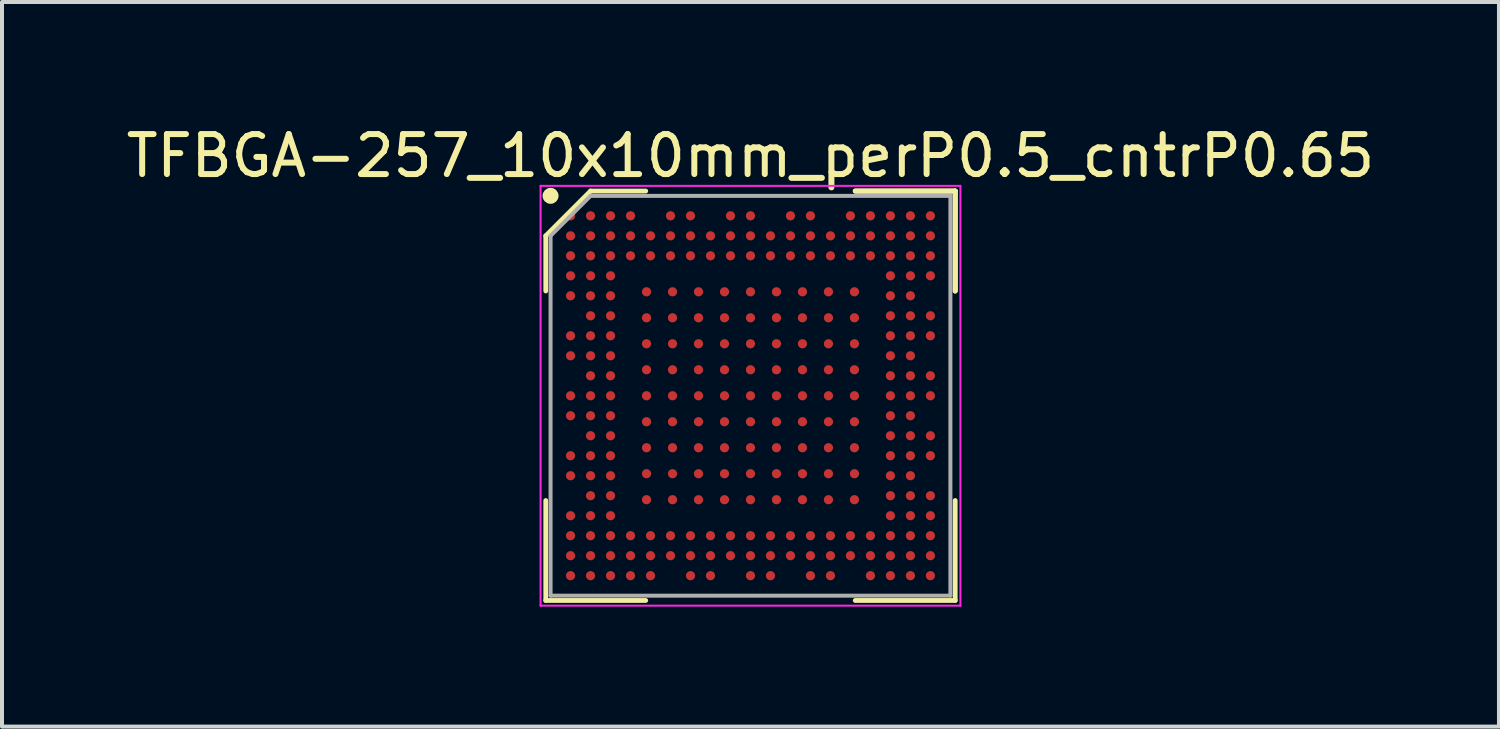
<source format=kicad_pcb>
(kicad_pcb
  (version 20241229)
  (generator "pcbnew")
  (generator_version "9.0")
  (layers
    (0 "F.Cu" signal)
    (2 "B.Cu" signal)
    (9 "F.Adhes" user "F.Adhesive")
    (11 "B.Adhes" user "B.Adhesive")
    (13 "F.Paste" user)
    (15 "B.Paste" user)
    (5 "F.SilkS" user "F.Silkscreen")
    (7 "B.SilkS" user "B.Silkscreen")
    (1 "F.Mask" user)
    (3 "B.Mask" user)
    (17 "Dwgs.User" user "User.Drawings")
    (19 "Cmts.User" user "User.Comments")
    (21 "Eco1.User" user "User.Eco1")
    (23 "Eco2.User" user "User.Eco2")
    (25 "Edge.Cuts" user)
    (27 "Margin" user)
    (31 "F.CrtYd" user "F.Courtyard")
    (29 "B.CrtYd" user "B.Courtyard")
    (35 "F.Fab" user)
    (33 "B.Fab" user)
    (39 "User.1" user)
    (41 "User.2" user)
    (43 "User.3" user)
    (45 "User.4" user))
  (footprint "TFBGA-257_10x10mm_perP0.5_cntrP0.65"
    (layer "F.Cu")
    (at 15.72 6.848)
    (property "Reference" "TFBGA-257_10x10mm_perP0.5_cntrP0.65" (at 0 -6 0) (layer "F.SilkS") (effects (font (size 1 1) (thickness 0.15))))
    (attr smd)
    (fp_line (start -5.12 -4) (end -5.12 -2.62) (stroke (width 0.12) (type solid)) (layer "F.SilkS"))
    (fp_line (start -5.12 5.12) (end -5.12 2.62) (stroke (width 0.12) (type solid)) (layer "F.SilkS"))
    (fp_line (start -4 -5.12) (end -5.12 -4) (stroke (width 0.12) (type solid)) (layer "F.SilkS"))
    (fp_line (start -2.62 -5.12) (end -4 -5.12) (stroke (width 0.12) (type solid)) (layer "F.SilkS"))
    (fp_line (start -2.62 5.12) (end -5.12 5.12) (stroke (width 0.12) (type solid)) (layer "F.SilkS"))
    (fp_line (start 2.62 -5.12) (end 5.12 -5.12) (stroke (width 0.12) (type solid)) (layer "F.SilkS"))
    (fp_line (start 2.62 -5.12) (end 5.12 -5.12) (stroke (width 0.12) (type solid)) (layer "F.SilkS"))
    (fp_line (start 2.62 -5.12) (end 5.12 -5.12) (stroke (width 0.12) (type solid)) (layer "F.SilkS"))
    (fp_line (start 2.62 5.12) (end 5.12 5.12) (stroke (width 0.12) (type solid)) (layer "F.SilkS"))
    (fp_line (start 5.12 -5.12) (end 5.12 -2.62) (stroke (width 0.12) (type solid)) (layer "F.SilkS"))
    (fp_line (start 5.12 -5.12) (end 5.12 -2.62) (stroke (width 0.12) (type solid)) (layer "F.SilkS"))
    (fp_line (start 5.12 -5.12) (end 5.12 -2.62) (stroke (width 0.12) (type solid)) (layer "F.SilkS"))
    (fp_line (start 5.12 5.12) (end 5.12 2.62) (stroke (width 0.12) (type solid)) (layer "F.SilkS"))
    (fp_circle (center -5 -5) (end -5 -4.9) (stroke (width 0.2) (type solid)) (fill no) (layer "F.SilkS"))
    (fp_line (start -5.25 -5.25) (end 5.25 -5.25) (stroke (width 0.05) (type solid)) (layer "F.CrtYd"))
    (fp_line (start -5.25 5.25) (end -5.25 -5.25) (stroke (width 0.05) (type solid)) (layer "F.CrtYd"))
    (fp_line (start 5.25 -5.25) (end 5.25 5.25) (stroke (width 0.05) (type solid)) (layer "F.CrtYd"))
    (fp_line (start 5.25 5.25) (end -5.25 5.25) (stroke (width 0.05) (type solid)) (layer "F.CrtYd"))
    (fp_line (start -5 -4) (end -5 5) (stroke (width 0.1) (type solid)) (layer "F.Fab"))
    (fp_line (start -5 5) (end 5 5) (stroke (width 0.1) (type solid)) (layer "F.Fab"))
    (fp_line (start -4 -5) (end -5 -4) (stroke (width 0.1) (type solid)) (layer "F.Fab"))
    (fp_line (start 5 -5) (end -4 -5) (stroke (width 0.1) (type solid)) (layer "F.Fab"))
    (fp_line (start 5 5) (end 5 -5) (stroke (width 0.1) (type solid)) (layer "F.Fab"))
    (pad "1A1" smd circle (at -2.6 -2.6) (size 0.23 0.23) (layers "F.Cu" "F.Mask" "F.Paste"))
    (pad "1A2" smd circle (at -1.95 -2.6) (size 0.23 0.23) (layers "F.Cu" "F.Mask" "F.Paste"))
    (pad "1A3" smd circle (at -1.3 -2.6) (size 0.23 0.23) (layers "F.Cu" "F.Mask" "F.Paste"))
    (pad "1A4" smd circle (at -0.65 -2.6) (size 0.23 0.23) (layers "F.Cu" "F.Mask" "F.Paste"))
    (pad "1A5" smd circle (at 0 -2.6) (size 0.23 0.23) (layers "F.Cu" "F.Mask" "F.Paste"))
    (pad "1A6" smd circle (at 0.65 -2.6) (size 0.23 0.23) (layers "F.Cu" "F.Mask" "F.Paste"))
    (pad "1A7" smd circle (at 1.3 -2.6) (size 0.23 0.23) (layers "F.Cu" "F.Mask" "F.Paste"))
    (pad "1A8" smd circle (at 1.95 -2.6) (size 0.23 0.23) (layers "F.Cu" "F.Mask" "F.Paste"))
    (pad "1A9" smd circle (at 2.6 -2.6) (size 0.23 0.23) (layers "F.Cu" "F.Mask" "F.Paste"))
    (pad "1B1" smd circle (at -2.6 -1.95) (size 0.23 0.23) (layers "F.Cu" "F.Mask" "F.Paste"))
    (pad "1B2" smd circle (at -1.95 -1.95) (size 0.23 0.23) (layers "F.Cu" "F.Mask" "F.Paste"))
    (pad "1B4" smd circle (at -0.65 -1.95) (size 0.23 0.23) (layers "F.Cu" "F.Mask" "F.Paste"))
    (pad "1B5" smd circle (at 0 -1.95) (size 0.23 0.23) (layers "F.Cu" "F.Mask" "F.Paste"))
    (pad "1B6" smd circle (at 0.65 -1.95) (size 0.23 0.23) (layers "F.Cu" "F.Mask" "F.Paste"))
    (pad "1B7" smd circle (at 1.3 -1.95) (size 0.23 0.23) (layers "F.Cu" "F.Mask" "F.Paste"))
    (pad "1B8" smd circle (at 1.95 -1.95) (size 0.23 0.23) (layers "F.Cu" "F.Mask" "F.Paste"))
    (pad "1B9" smd circle (at 2.6 -1.95) (size 0.23 0.23) (layers "F.Cu" "F.Mask" "F.Paste"))
    (pad "1C1" smd circle (at -2.6 -1.3) (size 0.23 0.23) (layers "F.Cu" "F.Mask" "F.Paste"))
    (pad "1C2" smd circle (at -1.95 -1.3) (size 0.23 0.23) (layers "F.Cu" "F.Mask" "F.Paste"))
    (pad "1C3" smd circle (at -1.3 -1.3) (size 0.23 0.23) (layers "F.Cu" "F.Mask" "F.Paste"))
    (pad "1C4" smd circle (at -0.65 -1.3) (size 0.23 0.23) (layers "F.Cu" "F.Mask" "F.Paste"))
    (pad "1C5" smd circle (at 0 -1.3) (size 0.23 0.23) (layers "F.Cu" "F.Mask" "F.Paste"))
    (pad "1C6" smd circle (at 0.65 -1.3) (size 0.23 0.23) (layers "F.Cu" "F.Mask" "F.Paste"))
    (pad "1C7" smd circle (at 1.3 -1.3) (size 0.23 0.23) (layers "F.Cu" "F.Mask" "F.Paste"))
    (pad "1C8" smd circle (at 1.95 -1.3) (size 0.23 0.23) (layers "F.Cu" "F.Mask" "F.Paste"))
    (pad "1C9" smd circle (at 2.6 -1.3) (size 0.23 0.23) (layers "F.Cu" "F.Mask" "F.Paste"))
    (pad "1D1" smd circle (at -2.6 -0.65) (size 0.23 0.23) (layers "F.Cu" "F.Mask" "F.Paste"))
    (pad "1D2" smd circle (at -1.95 -0.65) (size 0.23 0.23) (layers "F.Cu" "F.Mask" "F.Paste"))
    (pad "1D3" smd circle (at -1.3 -0.65) (size 0.23 0.23) (layers "F.Cu" "F.Mask" "F.Paste"))
    (pad "1D4" smd circle (at -0.65 -0.65) (size 0.23 0.23) (layers "F.Cu" "F.Mask" "F.Paste"))
    (pad "1D5" smd circle (at 0 -0.65) (size 0.23 0.23) (layers "F.Cu" "F.Mask" "F.Paste"))
    (pad "1D6" smd circle (at 0.65 -0.65) (size 0.23 0.23) (layers "F.Cu" "F.Mask" "F.Paste"))
    (pad "1D7" smd circle (at 1.3 -0.65) (size 0.23 0.23) (layers "F.Cu" "F.Mask" "F.Paste"))
    (pad "1D8" smd circle (at 1.95 -0.65) (size 0.23 0.23) (layers "F.Cu" "F.Mask" "F.Paste"))
    (pad "1D9" smd circle (at 2.6 -0.65) (size 0.23 0.23) (layers "F.Cu" "F.Mask" "F.Paste"))
    (pad "1E1" smd circle (at -2.6 0) (size 0.23 0.23) (layers "F.Cu" "F.Mask" "F.Paste"))
    (pad "1E2" smd circle (at -1.95 0) (size 0.23 0.23) (layers "F.Cu" "F.Mask" "F.Paste"))
    (pad "1E3" smd circle (at -1.3 0) (size 0.23 0.23) (layers "F.Cu" "F.Mask" "F.Paste"))
    (pad "1E4" smd circle (at -0.65 0) (size 0.23 0.23) (layers "F.Cu" "F.Mask" "F.Paste"))
    (pad "1E5" smd circle (at 0 0) (size 0.23 0.23) (layers "F.Cu" "F.Mask" "F.Paste"))
    (pad "1E6" smd circle (at 0.65 0) (size 0.23 0.23) (layers "F.Cu" "F.Mask" "F.Paste"))
    (pad "1E7" smd circle (at 1.3 0) (size 0.23 0.23) (layers "F.Cu" "F.Mask" "F.Paste"))
    (pad "1E8" smd circle (at 1.95 0) (size 0.23 0.23) (layers "F.Cu" "F.Mask" "F.Paste"))
    (pad "1E9" smd circle (at 2.6 0) (size 0.23 0.23) (layers "F.Cu" "F.Mask" "F.Paste"))
    (pad "1F1" smd circle (at -2.6 0.65) (size 0.23 0.23) (layers "F.Cu" "F.Mask" "F.Paste"))
    (pad "1F2" smd circle (at -1.95 0.65) (size 0.23 0.23) (layers "F.Cu" "F.Mask" "F.Paste"))
    (pad "1F3" smd circle (at -1.3 0.65) (size 0.23 0.23) (layers "F.Cu" "F.Mask" "F.Paste"))
    (pad "1F4" smd circle (at -0.65 0.65) (size 0.23 0.23) (layers "F.Cu" "F.Mask" "F.Paste"))
    (pad "1F5" smd circle (at 0 0.65) (size 0.23 0.23) (layers "F.Cu" "F.Mask" "F.Paste"))
    (pad "1F6" smd circle (at 0.65 0.65) (size 0.23 0.23) (layers "F.Cu" "F.Mask" "F.Paste"))
    (pad "1F7" smd circle (at 1.3 0.65) (size 0.23 0.23) (layers "F.Cu" "F.Mask" "F.Paste"))
    (pad "1F8" smd circle (at 1.95 0.65) (size 0.23 0.23) (layers "F.Cu" "F.Mask" "F.Paste"))
    (pad "1F9" smd circle (at 2.6 0.65) (size 0.23 0.23) (layers "F.Cu" "F.Mask" "F.Paste"))
    (pad "1G1" smd circle (at -2.6 1.3) (size 0.23 0.23) (layers "F.Cu" "F.Mask" "F.Paste"))
    (pad "1G2" smd circle (at -1.95 1.3) (size 0.23 0.23) (layers "F.Cu" "F.Mask" "F.Paste"))
    (pad "1G3" smd circle (at -1.3 1.3) (size 0.23 0.23) (layers "F.Cu" "F.Mask" "F.Paste"))
    (pad "1G4" smd circle (at -0.65 1.3) (size 0.23 0.23) (layers "F.Cu" "F.Mask" "F.Paste"))
    (pad "1G5" smd circle (at 0 1.3) (size 0.23 0.23) (layers "F.Cu" "F.Mask" "F.Paste"))
    (pad "1G6" smd circle (at 0.65 1.3) (size 0.23 0.23) (layers "F.Cu" "F.Mask" "F.Paste"))
    (pad "1G7" smd circle (at 1.3 1.3) (size 0.23 0.23) (layers "F.Cu" "F.Mask" "F.Paste"))
    (pad "1G8" smd circle (at 1.95 1.3) (size 0.23 0.23) (layers "F.Cu" "F.Mask" "F.Paste"))
    (pad "1G9" smd circle (at 2.6 1.3) (size 0.23 0.23) (layers "F.Cu" "F.Mask" "F.Paste"))
    (pad "1H1" smd circle (at -2.6 1.95) (size 0.23 0.23) (layers "F.Cu" "F.Mask" "F.Paste"))
    (pad "1H2" smd circle (at -1.95 1.95) (size 0.23 0.23) (layers "F.Cu" "F.Mask" "F.Paste"))
    (pad "1H3" smd circle (at -1.3 1.95) (size 0.23 0.23) (layers "F.Cu" "F.Mask" "F.Paste"))
    (pad "1H4" smd circle (at -0.65 1.95) (size 0.23 0.23) (layers "F.Cu" "F.Mask" "F.Paste"))
    (pad "1H5" smd circle (at 0 1.95) (size 0.23 0.23) (layers "F.Cu" "F.Mask" "F.Paste"))
    (pad "1H6" smd circle (at 0.65 1.95) (size 0.23 0.23) (layers "F.Cu" "F.Mask" "F.Paste"))
    (pad "1H7" smd circle (at 1.3 1.95) (size 0.23 0.23) (layers "F.Cu" "F.Mask" "F.Paste"))
    (pad "1H8" smd circle (at 1.95 1.95) (size 0.23 0.23) (layers "F.Cu" "F.Mask" "F.Paste"))
    (pad "1H9" smd circle (at 2.6 1.95) (size 0.23 0.23) (layers "F.Cu" "F.Mask" "F.Paste"))
    (pad "1J1" smd circle (at -2.6 2.6) (size 0.23 0.23) (layers "F.Cu" "F.Mask" "F.Paste"))
    (pad "1J2" smd circle (at -1.95 2.6) (size 0.23 0.23) (layers "F.Cu" "F.Mask" "F.Paste"))
    (pad "1J3" smd circle (at -1.3 2.6) (size 0.23 0.23) (layers "F.Cu" "F.Mask" "F.Paste"))
    (pad "1J4" smd circle (at -0.65 2.6) (size 0.23 0.23) (layers "F.Cu" "F.Mask" "F.Paste"))
    (pad "1J5" smd circle (at 0 2.6) (size 0.23 0.23) (layers "F.Cu" "F.Mask" "F.Paste"))
    (pad "1J6" smd circle (at 0.65 2.6) (size 0.23 0.23) (layers "F.Cu" "F.Mask" "F.Paste"))
    (pad "1J7" smd circle (at 1.3 2.6) (size 0.23 0.23) (layers "F.Cu" "F.Mask" "F.Paste"))
    (pad "1J8" smd circle (at 1.95 2.6) (size 0.23 0.23) (layers "F.Cu" "F.Mask" "F.Paste"))
    (pad "1J9" smd circle (at 2.6 2.6) (size 0.23 0.23) (layers "F.Cu" "F.Mask" "F.Paste"))
    (pad "A1" smd circle (at -4.5 -4.5) (size 0.23 0.23) (layers "F.Cu" "F.Mask" "F.Paste"))
    (pad "A2" smd circle (at -4 -4.5) (size 0.23 0.23) (layers "F.Cu" "F.Mask" "F.Paste"))
    (pad "A3" smd circle (at -3.5 -4.5) (size 0.23 0.23) (layers "F.Cu" "F.Mask" "F.Paste"))
    (pad "A4" smd circle (at -3 -4.5) (size 0.23 0.23) (layers "F.Cu" "F.Mask" "F.Paste"))
    (pad "A6" smd circle (at -2 -4.5) (size 0.23 0.23) (layers "F.Cu" "F.Mask" "F.Paste"))
    (pad "A7" smd circle (at -1.5 -4.5) (size 0.23 0.23) (layers "F.Cu" "F.Mask" "F.Paste"))
    (pad "A9" smd circle (at -0.5 -4.5) (size 0.23 0.23) (layers "F.Cu" "F.Mask" "F.Paste"))
    (pad "A10" smd circle (at 0 -4.5) (size 0.23 0.23) (layers "F.Cu" "F.Mask" "F.Paste"))
    (pad "A12" smd circle (at 1 -4.5) (size 0.23 0.23) (layers "F.Cu" "F.Mask" "F.Paste"))
    (pad "A13" smd circle (at 1.5 -4.5) (size 0.23 0.23) (layers "F.Cu" "F.Mask" "F.Paste"))
    (pad "A15" smd circle (at 2.5 -4.5) (size 0.23 0.23) (layers "F.Cu" "F.Mask" "F.Paste"))
    (pad "A16" smd circle (at 3 -4.5) (size 0.23 0.23) (layers "F.Cu" "F.Mask" "F.Paste"))
    (pad "A17" smd circle (at 3.5 -4.5) (size 0.23 0.23) (layers "F.Cu" "F.Mask" "F.Paste"))
    (pad "A18" smd circle (at 4 -4.5) (size 0.23 0.23) (layers "F.Cu" "F.Mask" "F.Paste"))
    (pad "A19" smd circle (at 4.5 -4.5) (size 0.23 0.23) (layers "F.Cu" "F.Mask" "F.Paste"))
    (pad "B1" smd circle (at -4.5 -4) (size 0.23 0.23) (layers "F.Cu" "F.Mask" "F.Paste"))
    (pad "B2" smd circle (at -4 -4) (size 0.23 0.23) (layers "F.Cu" "F.Mask" "F.Paste"))
    (pad "B3" smd circle (at -3.5 -4) (size 0.23 0.23) (layers "F.Cu" "F.Mask" "F.Paste"))
    (pad "B3" smd circle (at -1.3 -1.95) (size 0.23 0.23) (layers "F.Cu" "F.Mask" "F.Paste"))
    (pad "B4" smd circle (at -3 -4) (size 0.23 0.23) (layers "F.Cu" "F.Mask" "F.Paste"))
    (pad "B5" smd circle (at -2.5 -4) (size 0.23 0.23) (layers "F.Cu" "F.Mask" "F.Paste"))
    (pad "B6" smd circle (at -2 -4) (size 0.23 0.23) (layers "F.Cu" "F.Mask" "F.Paste"))
    (pad "B7" smd circle (at -1.5 -4) (size 0.23 0.23) (layers "F.Cu" "F.Mask" "F.Paste"))
    (pad "B8" smd circle (at -1 -4) (size 0.23 0.23) (layers "F.Cu" "F.Mask" "F.Paste"))
    (pad "B9" smd circle (at -0.5 -4) (size 0.23 0.23) (layers "F.Cu" "F.Mask" "F.Paste"))
    (pad "B10" smd circle (at 0 -4) (size 0.23 0.23) (layers "F.Cu" "F.Mask" "F.Paste"))
    (pad "B11" smd circle (at 0.5 -4) (size 0.23 0.23) (layers "F.Cu" "F.Mask" "F.Paste"))
    (pad "B12" smd circle (at 1 -4) (size 0.23 0.23) (layers "F.Cu" "F.Mask" "F.Paste"))
    (pad "B13" smd circle (at 1.5 -4) (size 0.23 0.23) (layers "F.Cu" "F.Mask" "F.Paste"))
    (pad "B14" smd circle (at 2 -4) (size 0.23 0.23) (layers "F.Cu" "F.Mask" "F.Paste"))
    (pad "B15" smd circle (at 2.5 -4) (size 0.23 0.23) (layers "F.Cu" "F.Mask" "F.Paste"))
    (pad "B16" smd circle (at 3 -4) (size 0.23 0.23) (layers "F.Cu" "F.Mask" "F.Paste"))
    (pad "B17" smd circle (at 3.5 -4) (size 0.23 0.23) (layers "F.Cu" "F.Mask" "F.Paste"))
    (pad "B18" smd circle (at 4 -4) (size 0.23 0.23) (layers "F.Cu" "F.Mask" "F.Paste"))
    (pad "B19" smd circle (at 4.5 -4) (size 0.23 0.23) (layers "F.Cu" "F.Mask" "F.Paste"))
    (pad "C1" smd circle (at -4.5 -3.5) (size 0.23 0.23) (layers "F.Cu" "F.Mask" "F.Paste"))
    (pad "C2" smd circle (at -4 -3.5) (size 0.23 0.23) (layers "F.Cu" "F.Mask" "F.Paste"))
    (pad "C3" smd circle (at -3.5 -3.5) (size 0.23 0.23) (layers "F.Cu" "F.Mask" "F.Paste"))
    (pad "C4" smd circle (at -3 -3.5) (size 0.23 0.23) (layers "F.Cu" "F.Mask" "F.Paste"))
    (pad "C5" smd circle (at -2.5 -3.5) (size 0.23 0.23) (layers "F.Cu" "F.Mask" "F.Paste"))
    (pad "C6" smd circle (at -2 -3.5) (size 0.23 0.23) (layers "F.Cu" "F.Mask" "F.Paste"))
    (pad "C7" smd circle (at -1.5 -3.5) (size 0.23 0.23) (layers "F.Cu" "F.Mask" "F.Paste"))
    (pad "C8" smd circle (at -1 -3.5) (size 0.23 0.23) (layers "F.Cu" "F.Mask" "F.Paste"))
    (pad "C9" smd circle (at -0.5 -3.5) (size 0.23 0.23) (layers "F.Cu" "F.Mask" "F.Paste"))
    (pad "C10" smd circle (at 0 -3.5) (size 0.23 0.23) (layers "F.Cu" "F.Mask" "F.Paste"))
    (pad "C11" smd circle (at 0.5 -3.5) (size 0.23 0.23) (layers "F.Cu" "F.Mask" "F.Paste"))
    (pad "C12" smd circle (at 1 -3.5) (size 0.23 0.23) (layers "F.Cu" "F.Mask" "F.Paste"))
    (pad "C13" smd circle (at 1.5 -3.5) (size 0.23 0.23) (layers "F.Cu" "F.Mask" "F.Paste"))
    (pad "C14" smd circle (at 2 -3.5) (size 0.23 0.23) (layers "F.Cu" "F.Mask" "F.Paste"))
    (pad "C15" smd circle (at 2.5 -3.5) (size 0.23 0.23) (layers "F.Cu" "F.Mask" "F.Paste"))
    (pad "C16" smd circle (at 3 -3.5) (size 0.23 0.23) (layers "F.Cu" "F.Mask" "F.Paste"))
    (pad "C17" smd circle (at 3.5 -3.5) (size 0.23 0.23) (layers "F.Cu" "F.Mask" "F.Paste"))
    (pad "C18" smd circle (at 4 -3.5) (size 0.23 0.23) (layers "F.Cu" "F.Mask" "F.Paste"))
    (pad "C19" smd circle (at 4.5 -3.5) (size 0.23 0.23) (layers "F.Cu" "F.Mask" "F.Paste"))
    (pad "D1" smd circle (at -4.5 -3) (size 0.23 0.23) (layers "F.Cu" "F.Mask" "F.Paste"))
    (pad "D2" smd circle (at -4 -3) (size 0.23 0.23) (layers "F.Cu" "F.Mask" "F.Paste"))
    (pad "D3" smd circle (at -3.5 -3) (size 0.23 0.23) (layers "F.Cu" "F.Mask" "F.Paste"))
    (pad "D17" smd circle (at 3.5 -3) (size 0.23 0.23) (layers "F.Cu" "F.Mask" "F.Paste"))
    (pad "D18" smd circle (at 4 -3) (size 0.23 0.23) (layers "F.Cu" "F.Mask" "F.Paste"))
    (pad "D19" smd circle (at 4.5 -3) (size 0.23 0.23) (layers "F.Cu" "F.Mask" "F.Paste"))
    (pad "E1" smd circle (at -4.5 -2.5) (size 0.23 0.23) (layers "F.Cu" "F.Mask" "F.Paste"))
    (pad "E2" smd circle (at -4 -2.5) (size 0.23 0.23) (layers "F.Cu" "F.Mask" "F.Paste"))
    (pad "E3" smd circle (at -3.5 -2.5) (size 0.23 0.23) (layers "F.Cu" "F.Mask" "F.Paste"))
    (pad "E17" smd circle (at 3.5 -2.5) (size 0.23 0.23) (layers "F.Cu" "F.Mask" "F.Paste"))
    (pad "E18" smd circle (at 4 -2.5) (size 0.23 0.23) (layers "F.Cu" "F.Mask" "F.Paste"))
    (pad "F2" smd circle (at -4 -2) (size 0.23 0.23) (layers "F.Cu" "F.Mask" "F.Paste"))
    (pad "F3" smd circle (at -3.5 -2) (size 0.23 0.23) (layers "F.Cu" "F.Mask" "F.Paste"))
    (pad "F17" smd circle (at 3.5 -2) (size 0.23 0.23) (layers "F.Cu" "F.Mask" "F.Paste"))
    (pad "F18" smd circle (at 4 -2) (size 0.23 0.23) (layers "F.Cu" "F.Mask" "F.Paste"))
    (pad "F19" smd circle (at 4.5 -2) (size 0.23 0.23) (layers "F.Cu" "F.Mask" "F.Paste"))
    (pad "G1" smd circle (at -4.5 -1.5) (size 0.23 0.23) (layers "F.Cu" "F.Mask" "F.Paste"))
    (pad "G2" smd circle (at -4 -1.5) (size 0.23 0.23) (layers "F.Cu" "F.Mask" "F.Paste"))
    (pad "G3" smd circle (at -3.5 -1.5) (size 0.23 0.23) (layers "F.Cu" "F.Mask" "F.Paste"))
    (pad "G17" smd circle (at 3.5 -1.5) (size 0.23 0.23) (layers "F.Cu" "F.Mask" "F.Paste"))
    (pad "G18" smd circle (at 4 -1.5) (size 0.23 0.23) (layers "F.Cu" "F.Mask" "F.Paste"))
    (pad "G19" smd circle (at 4.5 -1.5) (size 0.23 0.23) (layers "F.Cu" "F.Mask" "F.Paste"))
    (pad "H1" smd circle (at -4.5 -1) (size 0.23 0.23) (layers "F.Cu" "F.Mask" "F.Paste"))
    (pad "H2" smd circle (at -4 -1) (size 0.23 0.23) (layers "F.Cu" "F.Mask" "F.Paste"))
    (pad "H3" smd circle (at -3.5 -1) (size 0.23 0.23) (layers "F.Cu" "F.Mask" "F.Paste"))
    (pad "H17" smd circle (at 3.5 -1) (size 0.23 0.23) (layers "F.Cu" "F.Mask" "F.Paste"))
    (pad "H18" smd circle (at 4 -1) (size 0.23 0.23) (layers "F.Cu" "F.Mask" "F.Paste"))
    (pad "J2" smd circle (at -4 -0.5) (size 0.23 0.23) (layers "F.Cu" "F.Mask" "F.Paste"))
    (pad "J3" smd circle (at -3.5 -0.5) (size 0.23 0.23) (layers "F.Cu" "F.Mask" "F.Paste"))
    (pad "J17" smd circle (at 3.5 -0.5) (size 0.23 0.23) (layers "F.Cu" "F.Mask" "F.Paste"))
    (pad "J18" smd circle (at 4 -0.5) (size 0.23 0.23) (layers "F.Cu" "F.Mask" "F.Paste"))
    (pad "J19" smd circle (at 4.5 -0.5) (size 0.23 0.23) (layers "F.Cu" "F.Mask" "F.Paste"))
    (pad "K1" smd circle (at -4.5 0) (size 0.23 0.23) (layers "F.Cu" "F.Mask" "F.Paste"))
    (pad "K2" smd circle (at -4 0) (size 0.23 0.23) (layers "F.Cu" "F.Mask" "F.Paste"))
    (pad "K3" smd circle (at -3.5 0) (size 0.23 0.23) (layers "F.Cu" "F.Mask" "F.Paste"))
    (pad "K17" smd circle (at 3.5 0) (size 0.23 0.23) (layers "F.Cu" "F.Mask" "F.Paste"))
    (pad "K18" smd circle (at 4 0) (size 0.23 0.23) (layers "F.Cu" "F.Mask" "F.Paste"))
    (pad "K19" smd circle (at 4.5 0) (size 0.23 0.23) (layers "F.Cu" "F.Mask" "F.Paste"))
    (pad "L1" smd circle (at -4.5 0.5) (size 0.23 0.23) (layers "F.Cu" "F.Mask" "F.Paste"))
    (pad "L2" smd circle (at -4 0.5) (size 0.23 0.23) (layers "F.Cu" "F.Mask" "F.Paste"))
    (pad "L3" smd circle (at -3.5 0.5) (size 0.23 0.23) (layers "F.Cu" "F.Mask" "F.Paste"))
    (pad "L17" smd circle (at 3.5 0.5) (size 0.23 0.23) (layers "F.Cu" "F.Mask" "F.Paste"))
    (pad "L18" smd circle (at 4 0.5) (size 0.23 0.23) (layers "F.Cu" "F.Mask" "F.Paste"))
    (pad "M2" smd circle (at -4 1) (size 0.23 0.23) (layers "F.Cu" "F.Mask" "F.Paste"))
    (pad "M3" smd circle (at -3.5 1) (size 0.23 0.23) (layers "F.Cu" "F.Mask" "F.Paste"))
    (pad "M17" smd circle (at 3.5 1) (size 0.23 0.23) (layers "F.Cu" "F.Mask" "F.Paste"))
    (pad "M18" smd circle (at 4 1) (size 0.23 0.23) (layers "F.Cu" "F.Mask" "F.Paste"))
    (pad "M19" smd circle (at 4.5 1) (size 0.23 0.23) (layers "F.Cu" "F.Mask" "F.Paste"))
    (pad "N1" smd circle (at -4.5 1.5) (size 0.23 0.23) (layers "F.Cu" "F.Mask" "F.Paste"))
    (pad "N2" smd circle (at -4 1.5) (size 0.23 0.23) (layers "F.Cu" "F.Mask" "F.Paste"))
    (pad "N3" smd circle (at -3.5 1.5) (size 0.23 0.23) (layers "F.Cu" "F.Mask" "F.Paste"))
    (pad "N17" smd circle (at 3.5 1.5) (size 0.23 0.23) (layers "F.Cu" "F.Mask" "F.Paste"))
    (pad "N18" smd circle (at 4 1.5) (size 0.23 0.23) (layers "F.Cu" "F.Mask" "F.Paste"))
    (pad "N19" smd circle (at 4.5 1.5) (size 0.23 0.23) (layers "F.Cu" "F.Mask" "F.Paste"))
    (pad "P1" smd circle (at -4.5 2) (size 0.23 0.23) (layers "F.Cu" "F.Mask" "F.Paste"))
    (pad "P2" smd circle (at -4 2) (size 0.23 0.23) (layers "F.Cu" "F.Mask" "F.Paste"))
    (pad "P3" smd circle (at -3.5 2) (size 0.23 0.23) (layers "F.Cu" "F.Mask" "F.Paste"))
    (pad "P17" smd circle (at 3.5 2) (size 0.23 0.23) (layers "F.Cu" "F.Mask" "F.Paste"))
    (pad "P18" smd circle (at 4 2) (size 0.23 0.23) (layers "F.Cu" "F.Mask" "F.Paste"))
    (pad "R2" smd circle (at -4 2.5) (size 0.23 0.23) (layers "F.Cu" "F.Mask" "F.Paste"))
    (pad "R3" smd circle (at -3.5 2.5) (size 0.23 0.23) (layers "F.Cu" "F.Mask" "F.Paste"))
    (pad "R17" smd circle (at 3.5 2.5) (size 0.23 0.23) (layers "F.Cu" "F.Mask" "F.Paste"))
    (pad "R18" smd circle (at 4 2.5) (size 0.23 0.23) (layers "F.Cu" "F.Mask" "F.Paste"))
    (pad "R19" smd circle (at 4.5 2.5) (size 0.23 0.23) (layers "F.Cu" "F.Mask" "F.Paste"))
    (pad "T1" smd circle (at -4.5 3) (size 0.23 0.23) (layers "F.Cu" "F.Mask" "F.Paste"))
    (pad "T2" smd circle (at -4 3) (size 0.23 0.23) (layers "F.Cu" "F.Mask" "F.Paste"))
    (pad "T3" smd circle (at -3.5 3) (size 0.23 0.23) (layers "F.Cu" "F.Mask" "F.Paste"))
    (pad "T17" smd circle (at 3.5 3) (size 0.23 0.23) (layers "F.Cu" "F.Mask" "F.Paste"))
    (pad "T18" smd circle (at 4 3) (size 0.23 0.23) (layers "F.Cu" "F.Mask" "F.Paste"))
    (pad "T19" smd circle (at 4.5 3) (size 0.23 0.23) (layers "F.Cu" "F.Mask" "F.Paste"))
    (pad "U1" smd circle (at -4.5 3.5) (size 0.23 0.23) (layers "F.Cu" "F.Mask" "F.Paste"))
    (pad "U2" smd circle (at -4 3.5) (size 0.23 0.23) (layers "F.Cu" "F.Mask" "F.Paste"))
    (pad "U3" smd circle (at -3.5 3.5) (size 0.23 0.23) (layers "F.Cu" "F.Mask" "F.Paste"))
    (pad "U4" smd circle (at -3 3.5) (size 0.23 0.23) (layers "F.Cu" "F.Mask" "F.Paste"))
    (pad "U5" smd circle (at -2.5 3.5) (size 0.23 0.23) (layers "F.Cu" "F.Mask" "F.Paste"))
    (pad "U6" smd circle (at -2 3.5) (size 0.23 0.23) (layers "F.Cu" "F.Mask" "F.Paste"))
    (pad "U7" smd circle (at -1.5 3.5) (size 0.23 0.23) (layers "F.Cu" "F.Mask" "F.Paste"))
    (pad "U8" smd circle (at -1 3.5) (size 0.23 0.23) (layers "F.Cu" "F.Mask" "F.Paste"))
    (pad "U9" smd circle (at -0.5 3.5) (size 0.23 0.23) (layers "F.Cu" "F.Mask" "F.Paste"))
    (pad "U10" smd circle (at 0 3.5) (size 0.23 0.23) (layers "F.Cu" "F.Mask" "F.Paste"))
    (pad "U11" smd circle (at 0.5 3.5) (size 0.23 0.23) (layers "F.Cu" "F.Mask" "F.Paste"))
    (pad "U12" smd circle (at 1 3.5) (size 0.23 0.23) (layers "F.Cu" "F.Mask" "F.Paste"))
    (pad "U13" smd circle (at 1.5 3.5) (size 0.23 0.23) (layers "F.Cu" "F.Mask" "F.Paste"))
    (pad "U14" smd circle (at 2 3.5) (size 0.23 0.23) (layers "F.Cu" "F.Mask" "F.Paste"))
    (pad "U15" smd circle (at 2.5 3.5) (size 0.23 0.23) (layers "F.Cu" "F.Mask" "F.Paste"))
    (pad "U16" smd circle (at 3 3.5) (size 0.23 0.23) (layers "F.Cu" "F.Mask" "F.Paste"))
    (pad "U17" smd circle (at 3.5 3.5) (size 0.23 0.23) (layers "F.Cu" "F.Mask" "F.Paste"))
    (pad "U18" smd circle (at 4 3.5) (size 0.23 0.23) (layers "F.Cu" "F.Mask" "F.Paste"))
    (pad "U19" smd circle (at 4.5 3.5) (size 0.23 0.23) (layers "F.Cu" "F.Mask" "F.Paste"))
    (pad "V1" smd circle (at -4.5 4) (size 0.23 0.23) (layers "F.Cu" "F.Mask" "F.Paste"))
    (pad "V2" smd circle (at -4 4) (size 0.23 0.23) (layers "F.Cu" "F.Mask" "F.Paste"))
    (pad "V3" smd circle (at -3.5 4) (size 0.23 0.23) (layers "F.Cu" "F.Mask" "F.Paste"))
    (pad "V4" smd circle (at -3 4) (size 0.23 0.23) (layers "F.Cu" "F.Mask" "F.Paste"))
    (pad "V5" smd circle (at -2.5 4) (size 0.23 0.23) (layers "F.Cu" "F.Mask" "F.Paste"))
    (pad "V6" smd circle (at -2 4) (size 0.23 0.23) (layers "F.Cu" "F.Mask" "F.Paste"))
    (pad "V7" smd circle (at -1.5 4) (size 0.23 0.23) (layers "F.Cu" "F.Mask" "F.Paste"))
    (pad "V8" smd circle (at -1 4) (size 0.23 0.23) (layers "F.Cu" "F.Mask" "F.Paste"))
    (pad "V9" smd circle (at -0.5 4) (size 0.23 0.23) (layers "F.Cu" "F.Mask" "F.Paste"))
    (pad "V10" smd circle (at 0 4) (size 0.23 0.23) (layers "F.Cu" "F.Mask" "F.Paste"))
    (pad "V11" smd circle (at 0.5 4) (size 0.23 0.23) (layers "F.Cu" "F.Mask" "F.Paste"))
    (pad "V12" smd circle (at 1 4) (size 0.23 0.23) (layers "F.Cu" "F.Mask" "F.Paste"))
    (pad "V13" smd circle (at 1.5 4) (size 0.23 0.23) (layers "F.Cu" "F.Mask" "F.Paste"))
    (pad "V14" smd circle (at 2 4) (size 0.23 0.23) (layers "F.Cu" "F.Mask" "F.Paste"))
    (pad "V15" smd circle (at 2.5 4) (size 0.23 0.23) (layers "F.Cu" "F.Mask" "F.Paste"))
    (pad "V16" smd circle (at 3 4) (size 0.23 0.23) (layers "F.Cu" "F.Mask" "F.Paste"))
    (pad "V17" smd circle (at 3.5 4) (size 0.23 0.23) (layers "F.Cu" "F.Mask" "F.Paste"))
    (pad "V18" smd circle (at 4 4) (size 0.23 0.23) (layers "F.Cu" "F.Mask" "F.Paste"))
    (pad "V19" smd circle (at 4.5 4) (size 0.23 0.23) (layers "F.Cu" "F.Mask" "F.Paste"))
    (pad "W1" smd circle (at -4.5 4.5) (size 0.23 0.23) (layers "F.Cu" "F.Mask" "F.Paste"))
    (pad "W2" smd circle (at -4 4.5) (size 0.23 0.23) (layers "F.Cu" "F.Mask" "F.Paste"))
    (pad "W3" smd circle (at -3.5 4.5) (size 0.23 0.23) (layers "F.Cu" "F.Mask" "F.Paste"))
    (pad "W4" smd circle (at -3 4.5) (size 0.23 0.23) (layers "F.Cu" "F.Mask" "F.Paste"))
    (pad "W5" smd circle (at -2.5 4.5) (size 0.23 0.23) (layers "F.Cu" "F.Mask" "F.Paste"))
    (pad "W7" smd circle (at -1.5 4.5) (size 0.23 0.23) (layers "F.Cu" "F.Mask" "F.Paste"))
    (pad "W8" smd circle (at -1 4.5) (size 0.23 0.23) (layers "F.Cu" "F.Mask" "F.Paste"))
    (pad "W10" smd circle (at 0 4.5) (size 0.23 0.23) (layers "F.Cu" "F.Mask" "F.Paste"))
    (pad "W11" smd circle (at 0.5 4.5) (size 0.23 0.23) (layers "F.Cu" "F.Mask" "F.Paste"))
    (pad "W13" smd circle (at 1.5 4.5) (size 0.23 0.23) (layers "F.Cu" "F.Mask" "F.Paste"))
    (pad "W14" smd circle (at 2 4.5) (size 0.23 0.23) (layers "F.Cu" "F.Mask" "F.Paste"))
    (pad "W16" smd circle (at 3 4.5) (size 0.23 0.23) (layers "F.Cu" "F.Mask" "F.Paste"))
    (pad "W17" smd circle (at 3.5 4.5) (size 0.23 0.23) (layers "F.Cu" "F.Mask" "F.Paste"))
    (pad "W18" smd circle (at 4 4.5) (size 0.23 0.23) (layers "F.Cu" "F.Mask" "F.Paste"))
    (pad "W19" smd circle (at 4.5 4.5) (size 0.23 0.23) (layers "F.Cu" "F.Mask" "F.Paste")))
  (gr_rect
    (start -3 -3)
    (end 34.44 15.123)
    (stroke (width 0.1) (type default))
    (fill no)
    (layer "Edge.Cuts")))
</source>
